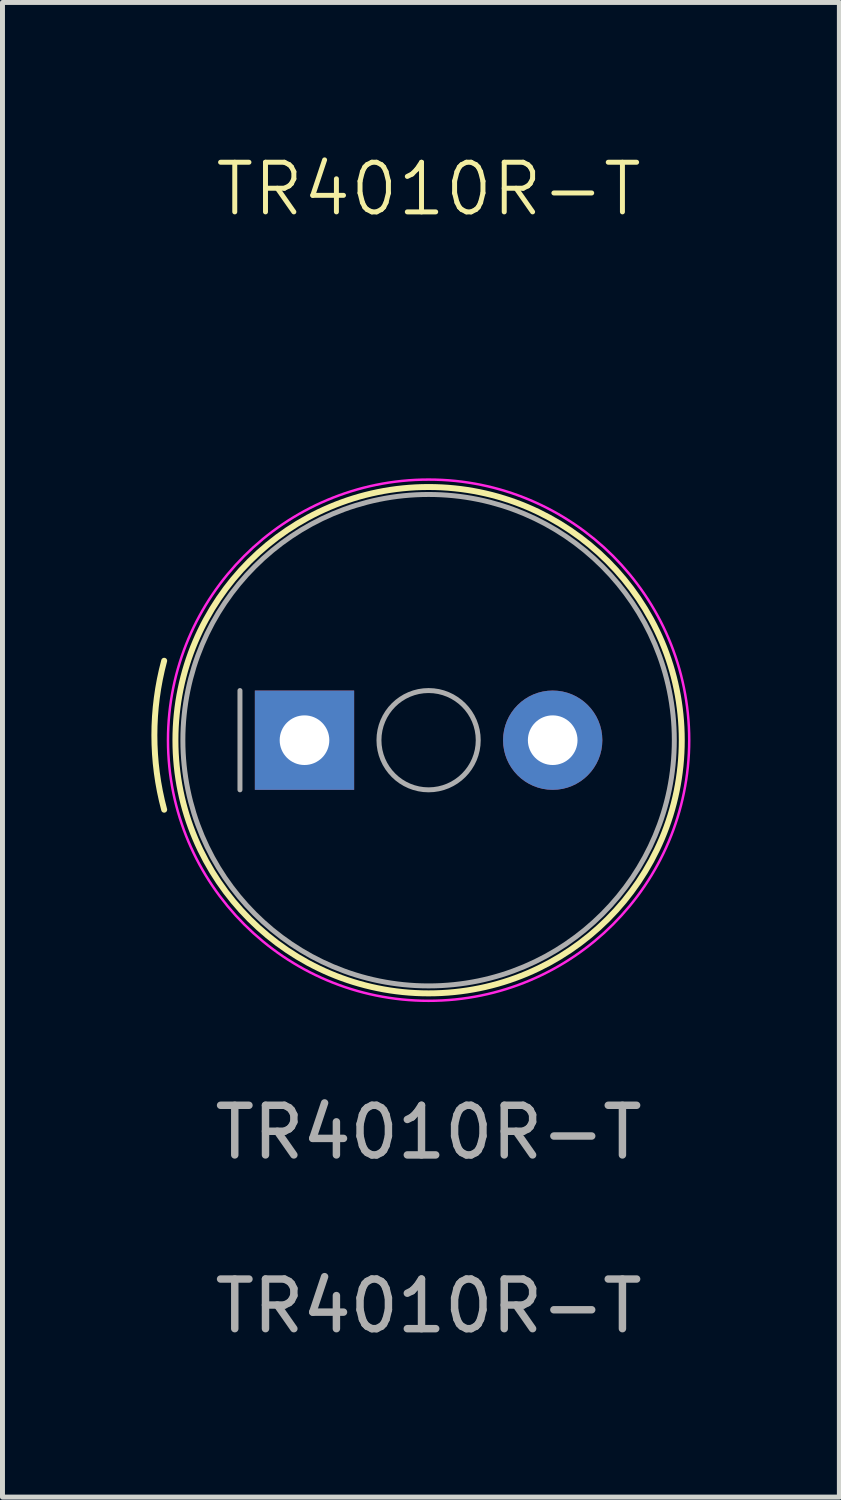
<source format=kicad_pcb>
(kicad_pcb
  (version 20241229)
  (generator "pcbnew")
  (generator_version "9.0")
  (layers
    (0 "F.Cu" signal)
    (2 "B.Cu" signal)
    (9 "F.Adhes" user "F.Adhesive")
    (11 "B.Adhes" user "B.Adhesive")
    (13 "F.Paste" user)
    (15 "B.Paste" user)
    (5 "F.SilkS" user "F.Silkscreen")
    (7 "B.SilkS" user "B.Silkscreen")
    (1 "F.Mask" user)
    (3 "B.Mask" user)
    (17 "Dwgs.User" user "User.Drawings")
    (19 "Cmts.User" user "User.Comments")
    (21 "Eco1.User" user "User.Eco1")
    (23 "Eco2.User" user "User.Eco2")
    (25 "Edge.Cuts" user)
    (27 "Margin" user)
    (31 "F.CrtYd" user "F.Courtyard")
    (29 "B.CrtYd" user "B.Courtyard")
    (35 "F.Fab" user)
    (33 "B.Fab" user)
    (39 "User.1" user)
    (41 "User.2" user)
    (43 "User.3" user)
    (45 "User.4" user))
  (footprint "TR4010R-T"
    (layer "F.Cu")
    (at 5.584 11.761)
    (property "Reference" "TR4010R-T" (at 0 -11 0) (unlocked yes) (layer "F.SilkS") (effects (font (size 1 1) (thickness 0.1))))
    (attr through_hole)
    (fp_arc (start -5.326569 1.5) (mid -5.524048 0) (end -5.326569 -1.499999) (stroke (width 0.12) (type solid)) (layer "F.SilkS"))
    (fp_circle (center 0 0.1) (end 5.1 0.1) (stroke (width 0.12) (type solid)) (fill no) (layer "F.SilkS"))
    (fp_circle (center 0 0.1) (end 5.25 0.1) (stroke (width 0.05) (type solid)) (fill no) (layer "F.CrtYd"))
    (fp_line (start -3.8 -0.9) (end -3.8 1.1) (stroke (width 0.1) (type solid)) (layer "F.Fab"))
    (fp_circle (center 0 0.1) (end 1 0.1) (stroke (width 0.1) (type solid)) (fill no) (layer "F.Fab"))
    (fp_circle (center 0 0.1) (end 4.95 0.1) (stroke (width 0.1) (type solid)) (fill no) (layer "F.Fab"))
    (fp_text user "${REFERENCE}" (at 0 11.5 0) (unlocked yes) (layer "F.Fab") (effects (font (size 1 1) (thickness 0.15))))
    (fp_text user "${REFERENCE}" (at 0 8 0) (layer "F.Fab") (effects (font (size 1 1) (thickness 0.15))))
    (pad "1" thru_hole rect (at -2.5 0.1) (size 2 2) (drill 1) (layers "*.Cu" "*.Mask"))
    (pad "2" thru_hole circle (at 2.5 0.1) (size 2 2) (drill 1) (layers "*.Cu" "*.Mask")))
  (gr_rect
    (start -3 -3)
    (end 13.859 27.109)
    (stroke (width 0.1) (type default))
    (fill no)
    (layer "Edge.Cuts")))
</source>
